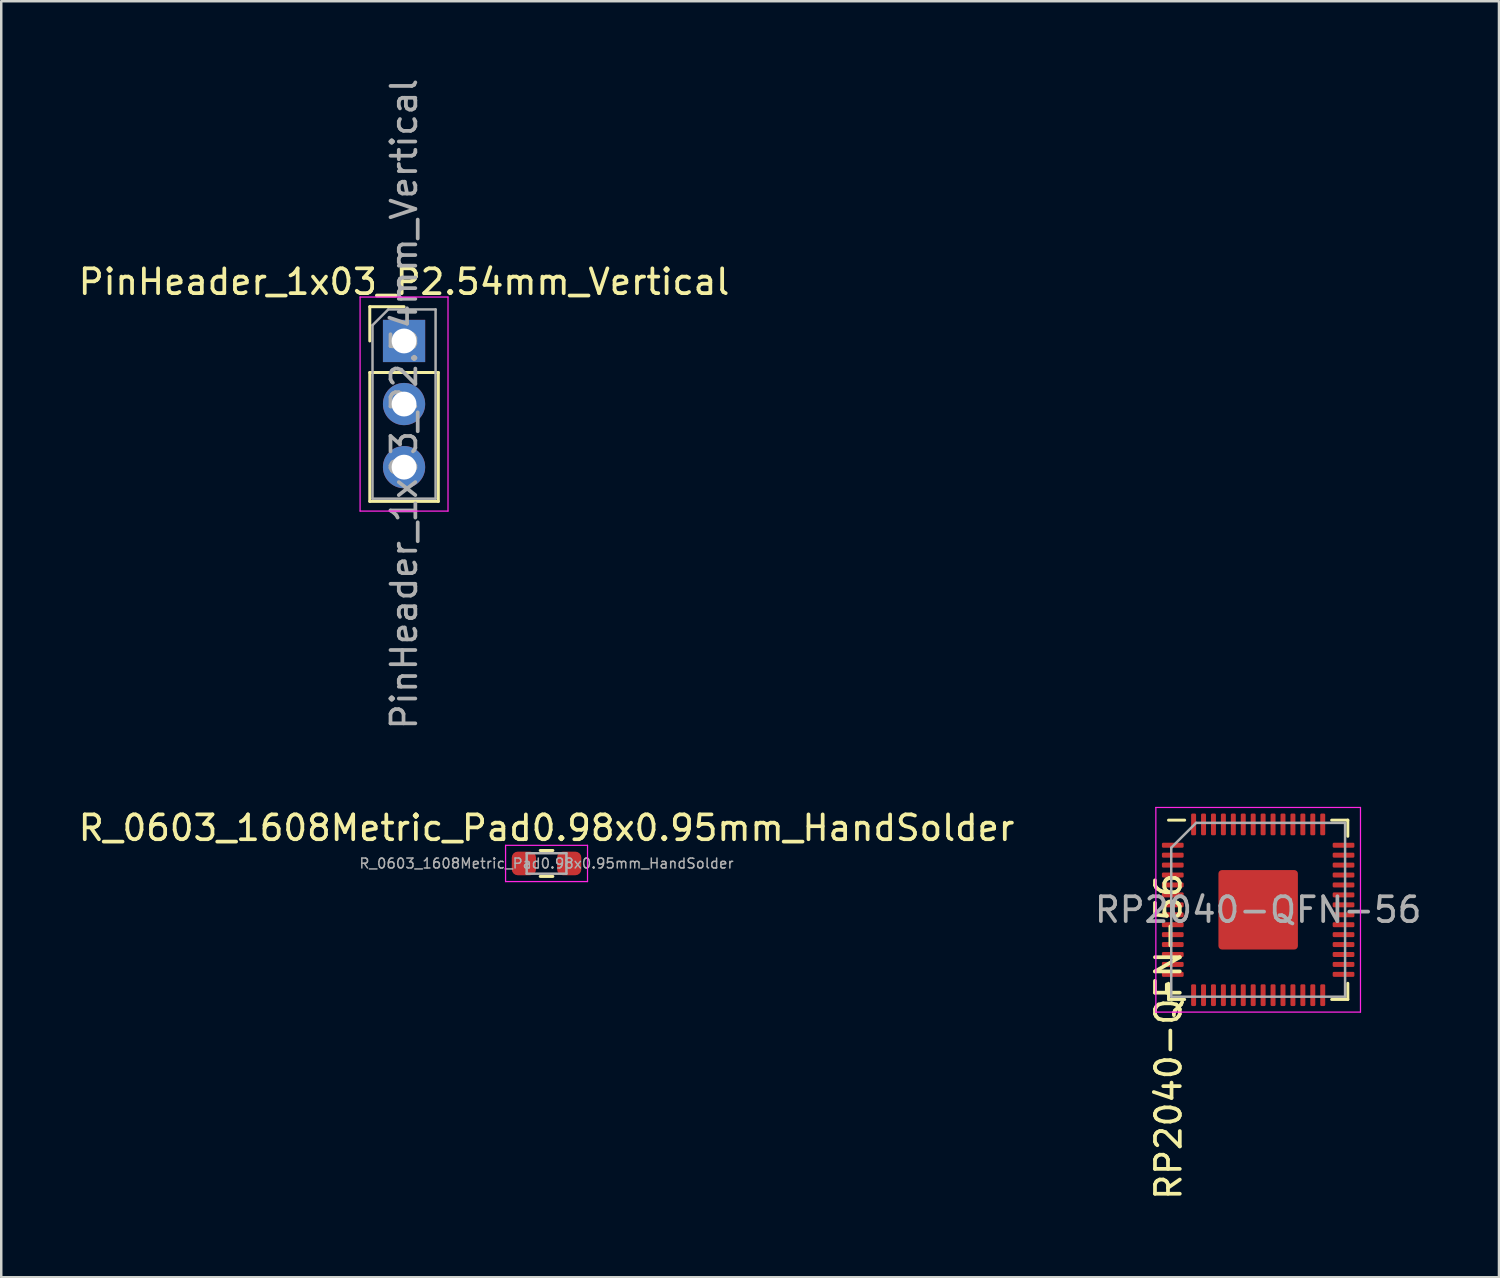
<source format=kicad_pcb>
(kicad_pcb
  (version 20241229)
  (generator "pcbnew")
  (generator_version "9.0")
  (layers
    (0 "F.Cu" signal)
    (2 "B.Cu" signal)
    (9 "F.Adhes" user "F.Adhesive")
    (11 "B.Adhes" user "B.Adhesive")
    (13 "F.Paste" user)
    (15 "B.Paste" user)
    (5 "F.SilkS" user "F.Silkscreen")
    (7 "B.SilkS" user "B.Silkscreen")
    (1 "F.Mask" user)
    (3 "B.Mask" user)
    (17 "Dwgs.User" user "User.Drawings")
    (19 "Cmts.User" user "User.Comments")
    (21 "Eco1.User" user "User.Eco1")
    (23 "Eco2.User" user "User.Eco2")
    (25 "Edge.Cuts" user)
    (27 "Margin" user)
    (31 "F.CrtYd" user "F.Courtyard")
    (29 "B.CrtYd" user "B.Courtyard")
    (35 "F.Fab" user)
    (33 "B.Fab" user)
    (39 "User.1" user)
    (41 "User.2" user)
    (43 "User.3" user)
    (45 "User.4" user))
  (footprint "RP2040-QFN-56"
    (layer "F.Cu")
    (at 47.613 33.585)
    (property "Reference" "RP2040-QFN-56" (at -3.61 5.1 270) (layer "F.SilkS") (effects (font (size 1 1) (thickness 0.15))))
    (attr smd)
    (fp_line (start -3.61 3.61) (end -3.61 2.96) (stroke (width 0.12) (type solid)) (layer "F.SilkS"))
    (fp_line (start -2.96 -3.61) (end -3.61 -3.61) (stroke (width 0.12) (type solid)) (layer "F.SilkS"))
    (fp_line (start -2.96 3.61) (end -3.61 3.61) (stroke (width 0.12) (type solid)) (layer "F.SilkS"))
    (fp_line (start 2.96 -3.61) (end 3.61 -3.61) (stroke (width 0.12) (type solid)) (layer "F.SilkS"))
    (fp_line (start 2.96 3.61) (end 3.61 3.61) (stroke (width 0.12) (type solid)) (layer "F.SilkS"))
    (fp_line (start 3.61 -3.61) (end 3.61 -2.96) (stroke (width 0.12) (type solid)) (layer "F.SilkS"))
    (fp_line (start 3.61 3.61) (end 3.61 2.96) (stroke (width 0.12) (type solid)) (layer "F.SilkS"))
    (fp_line (start -4.12 -4.12) (end -4.12 4.12) (stroke (width 0.05) (type solid)) (layer "F.CrtYd"))
    (fp_line (start -4.12 4.12) (end 4.12 4.12) (stroke (width 0.05) (type solid)) (layer "F.CrtYd"))
    (fp_line (start 4.12 -4.12) (end -4.12 -4.12) (stroke (width 0.05) (type solid)) (layer "F.CrtYd"))
    (fp_line (start 4.12 4.12) (end 4.12 -4.12) (stroke (width 0.05) (type solid)) (layer "F.CrtYd"))
    (fp_line (start -3.5 -2.5) (end -2.5 -3.5) (stroke (width 0.1) (type solid)) (layer "F.Fab"))
    (fp_line (start -3.5 3.5) (end -3.5 -2.5) (stroke (width 0.1) (type solid)) (layer "F.Fab"))
    (fp_line (start -2.5 -3.5) (end 3.5 -3.5) (stroke (width 0.1) (type solid)) (layer "F.Fab"))
    (fp_line (start 3.5 -3.5) (end 3.5 3.5) (stroke (width 0.1) (type solid)) (layer "F.Fab"))
    (fp_line (start 3.5 3.5) (end -3.5 3.5) (stroke (width 0.1) (type solid)) (layer "F.Fab"))
    (fp_text user "${REFERENCE}" (at 0 0 180) (layer "F.Fab") (effects (font (size 1 1) (thickness 0.15))))
    (pad "" smd roundrect (at -0.637 -0.637) (size 1.084 1.084) (layers "F.Paste") (roundrect_rratio 0.231))
    (pad "" smd roundrect (at -0.637 0.637) (size 1.084 1.084) (layers "F.Paste") (roundrect_rratio 0.231))
    (pad "" smd roundrect (at 0.637 -0.637) (size 1.084 1.084) (layers "F.Paste") (roundrect_rratio 0.231))
    (pad "" smd roundrect (at 0.637 0.637) (size 1.084 1.084) (layers "F.Paste") (roundrect_rratio 0.231))
    (pad "1" smd roundrect (at -3.438 -2.6) (size 0.875 0.2) (layers "F.Cu" "F.Mask" "F.Paste") (roundrect_rratio 0.25))
    (pad "2" smd roundrect (at -3.438 -2.2) (size 0.875 0.2) (layers "F.Cu" "F.Mask" "F.Paste") (roundrect_rratio 0.25))
    (pad "3" smd roundrect (at -3.438 -1.8) (size 0.875 0.2) (layers "F.Cu" "F.Mask" "F.Paste") (roundrect_rratio 0.25))
    (pad "4" smd roundrect (at -3.438 -1.4) (size 0.875 0.2) (layers "F.Cu" "F.Mask" "F.Paste") (roundrect_rratio 0.25))
    (pad "5" smd roundrect (at -3.438 -1) (size 0.875 0.2) (layers "F.Cu" "F.Mask" "F.Paste") (roundrect_rratio 0.25))
    (pad "6" smd roundrect (at -3.438 -0.6) (size 0.875 0.2) (layers "F.Cu" "F.Mask" "F.Paste") (roundrect_rratio 0.25))
    (pad "7" smd roundrect (at -3.438 -0.2) (size 0.875 0.2) (layers "F.Cu" "F.Mask" "F.Paste") (roundrect_rratio 0.25))
    (pad "8" smd roundrect (at -3.438 0.2) (size 0.875 0.2) (layers "F.Cu" "F.Mask" "F.Paste") (roundrect_rratio 0.25))
    (pad "9" smd roundrect (at -3.438 0.6) (size 0.875 0.2) (layers "F.Cu" "F.Mask" "F.Paste") (roundrect_rratio 0.25))
    (pad "10" smd roundrect (at -3.438 1) (size 0.875 0.2) (layers "F.Cu" "F.Mask" "F.Paste") (roundrect_rratio 0.25))
    (pad "11" smd roundrect (at -3.438 1.4) (size 0.875 0.2) (layers "F.Cu" "F.Mask" "F.Paste") (roundrect_rratio 0.25))
    (pad "12" smd roundrect (at -3.438 1.8) (size 0.875 0.2) (layers "F.Cu" "F.Mask" "F.Paste") (roundrect_rratio 0.25))
    (pad "13" smd roundrect (at -3.438 2.2) (size 0.875 0.2) (layers "F.Cu" "F.Mask" "F.Paste") (roundrect_rratio 0.25))
    (pad "14" smd roundrect (at -3.438 2.6) (size 0.875 0.2) (layers "F.Cu" "F.Mask" "F.Paste") (roundrect_rratio 0.25))
    (pad "15" smd roundrect (at -2.6 3.438) (size 0.2 0.875) (layers "F.Cu" "F.Mask" "F.Paste") (roundrect_rratio 0.25))
    (pad "16" smd roundrect (at -2.2 3.438) (size 0.2 0.875) (layers "F.Cu" "F.Mask" "F.Paste") (roundrect_rratio 0.25))
    (pad "17" smd roundrect (at -1.8 3.438) (size 0.2 0.875) (layers "F.Cu" "F.Mask" "F.Paste") (roundrect_rratio 0.25))
    (pad "18" smd roundrect (at -1.4 3.438) (size 0.2 0.875) (layers "F.Cu" "F.Mask" "F.Paste") (roundrect_rratio 0.25))
    (pad "19" smd roundrect (at -1 3.438) (size 0.2 0.875) (layers "F.Cu" "F.Mask" "F.Paste") (roundrect_rratio 0.25))
    (pad "20" smd roundrect (at -0.6 3.438) (size 0.2 0.875) (layers "F.Cu" "F.Mask" "F.Paste") (roundrect_rratio 0.25))
    (pad "21" smd roundrect (at -0.2 3.438) (size 0.2 0.875) (layers "F.Cu" "F.Mask" "F.Paste") (roundrect_rratio 0.25))
    (pad "22" smd roundrect (at 0.2 3.438) (size 0.2 0.875) (layers "F.Cu" "F.Mask" "F.Paste") (roundrect_rratio 0.25))
    (pad "23" smd roundrect (at 0.6 3.438) (size 0.2 0.875) (layers "F.Cu" "F.Mask" "F.Paste") (roundrect_rratio 0.25))
    (pad "24" smd roundrect (at 1 3.438) (size 0.2 0.875) (layers "F.Cu" "F.Mask" "F.Paste") (roundrect_rratio 0.25))
    (pad "25" smd roundrect (at 1.4 3.438) (size 0.2 0.875) (layers "F.Cu" "F.Mask" "F.Paste") (roundrect_rratio 0.25))
    (pad "26" smd roundrect (at 1.8 3.438) (size 0.2 0.875) (layers "F.Cu" "F.Mask" "F.Paste") (roundrect_rratio 0.25))
    (pad "27" smd roundrect (at 2.2 3.438) (size 0.2 0.875) (layers "F.Cu" "F.Mask" "F.Paste") (roundrect_rratio 0.25))
    (pad "28" smd roundrect (at 2.6 3.438) (size 0.2 0.875) (layers "F.Cu" "F.Mask" "F.Paste") (roundrect_rratio 0.25))
    (pad "29" smd roundrect (at 3.438 2.6) (size 0.875 0.2) (layers "F.Cu" "F.Mask" "F.Paste") (roundrect_rratio 0.25))
    (pad "30" smd roundrect (at 3.438 2.2) (size 0.875 0.2) (layers "F.Cu" "F.Mask" "F.Paste") (roundrect_rratio 0.25))
    (pad "31" smd roundrect (at 3.438 1.8) (size 0.875 0.2) (layers "F.Cu" "F.Mask" "F.Paste") (roundrect_rratio 0.25))
    (pad "32" smd roundrect (at 3.438 1.4) (size 0.875 0.2) (layers "F.Cu" "F.Mask" "F.Paste") (roundrect_rratio 0.25))
    (pad "33" smd roundrect (at 3.438 1) (size 0.875 0.2) (layers "F.Cu" "F.Mask" "F.Paste") (roundrect_rratio 0.25))
    (pad "34" smd roundrect (at 3.438 0.6) (size 0.875 0.2) (layers "F.Cu" "F.Mask" "F.Paste") (roundrect_rratio 0.25))
    (pad "35" smd roundrect (at 3.438 0.2) (size 0.875 0.2) (layers "F.Cu" "F.Mask" "F.Paste") (roundrect_rratio 0.25))
    (pad "36" smd roundrect (at 3.438 -0.2) (size 0.875 0.2) (layers "F.Cu" "F.Mask" "F.Paste") (roundrect_rratio 0.25))
    (pad "37" smd roundrect (at 3.438 -0.6) (size 0.875 0.2) (layers "F.Cu" "F.Mask" "F.Paste") (roundrect_rratio 0.25))
    (pad "38" smd roundrect (at 3.438 -1) (size 0.875 0.2) (layers "F.Cu" "F.Mask" "F.Paste") (roundrect_rratio 0.25))
    (pad "39" smd roundrect (at 3.438 -1.4) (size 0.875 0.2) (layers "F.Cu" "F.Mask" "F.Paste") (roundrect_rratio 0.25))
    (pad "40" smd roundrect (at 3.438 -1.8) (size 0.875 0.2) (layers "F.Cu" "F.Mask" "F.Paste") (roundrect_rratio 0.25))
    (pad "41" smd roundrect (at 3.438 -2.2) (size 0.875 0.2) (layers "F.Cu" "F.Mask" "F.Paste") (roundrect_rratio 0.25))
    (pad "42" smd roundrect (at 3.438 -2.6) (size 0.875 0.2) (layers "F.Cu" "F.Mask" "F.Paste") (roundrect_rratio 0.25))
    (pad "43" smd roundrect (at 2.6 -3.438) (size 0.2 0.875) (layers "F.Cu" "F.Mask" "F.Paste") (roundrect_rratio 0.25))
    (pad "44" smd roundrect (at 2.2 -3.438) (size 0.2 0.875) (layers "F.Cu" "F.Mask" "F.Paste") (roundrect_rratio 0.25))
    (pad "45" smd roundrect (at 1.8 -3.438) (size 0.2 0.875) (layers "F.Cu" "F.Mask" "F.Paste") (roundrect_rratio 0.25))
    (pad "46" smd roundrect (at 1.4 -3.438) (size 0.2 0.875) (layers "F.Cu" "F.Mask" "F.Paste") (roundrect_rratio 0.25))
    (pad "47" smd roundrect (at 1 -3.438) (size 0.2 0.875) (layers "F.Cu" "F.Mask" "F.Paste") (roundrect_rratio 0.25))
    (pad "48" smd roundrect (at 0.6 -3.438) (size 0.2 0.875) (layers "F.Cu" "F.Mask" "F.Paste") (roundrect_rratio 0.25))
    (pad "49" smd roundrect (at 0.2 -3.438) (size 0.2 0.875) (layers "F.Cu" "F.Mask" "F.Paste") (roundrect_rratio 0.25))
    (pad "50" smd roundrect (at -0.2 -3.438) (size 0.2 0.875) (layers "F.Cu" "F.Mask" "F.Paste") (roundrect_rratio 0.25))
    (pad "51" smd roundrect (at -0.6 -3.438) (size 0.2 0.875) (layers "F.Cu" "F.Mask" "F.Paste") (roundrect_rratio 0.25))
    (pad "52" smd roundrect (at -1 -3.438) (size 0.2 0.875) (layers "F.Cu" "F.Mask" "F.Paste") (roundrect_rratio 0.25))
    (pad "53" smd roundrect (at -1.4 -3.438) (size 0.2 0.875) (layers "F.Cu" "F.Mask" "F.Paste") (roundrect_rratio 0.25))
    (pad "54" smd roundrect (at -1.8 -3.438) (size 0.2 0.875) (layers "F.Cu" "F.Mask" "F.Paste") (roundrect_rratio 0.25))
    (pad "55" smd roundrect (at -2.2 -3.438) (size 0.2 0.875) (layers "F.Cu" "F.Mask" "F.Paste") (roundrect_rratio 0.25))
    (pad "56" smd roundrect (at -2.6 -3.438) (size 0.2 0.875) (layers "F.Cu" "F.Mask" "F.Paste") (roundrect_rratio 0.25))
    (pad "57" smd roundrect (at 0 0) (size 3.2 3.2) (layers "F.Cu" "F.Mask") (roundrect_rratio 0.045)))
  (footprint "PinHeader_1x03_P2.54mm_Vertical"
    (layer "F.Cu")
    (at 13.22 10.68)
    (property "Reference" "PinHeader_1x03_P2.54mm_Vertical" (at 0 -2.38 0) (layer "F.SilkS") (effects (font (size 1 1) (thickness 0.15))))
    (attr through_hole)
    (fp_line (start -1.38 -1.38) (end 0 -1.38) (stroke (width 0.12) (type solid)) (layer "F.SilkS"))
    (fp_line (start -1.38 0) (end -1.38 -1.38) (stroke (width 0.12) (type solid)) (layer "F.SilkS"))
    (fp_line (start -1.38 1.27) (end -1.38 6.46) (stroke (width 0.12) (type solid)) (layer "F.SilkS"))
    (fp_line (start -1.38 1.27) (end 1.38 1.27) (stroke (width 0.12) (type solid)) (layer "F.SilkS"))
    (fp_line (start -1.38 6.46) (end 1.38 6.46) (stroke (width 0.12) (type solid)) (layer "F.SilkS"))
    (fp_line (start 1.38 1.27) (end 1.38 6.46) (stroke (width 0.12) (type solid)) (layer "F.SilkS"))
    (fp_line (start -1.77 -1.77) (end -1.77 6.85) (stroke (width 0.05) (type solid)) (layer "F.CrtYd"))
    (fp_line (start -1.77 6.85) (end 1.77 6.85) (stroke (width 0.05) (type solid)) (layer "F.CrtYd"))
    (fp_line (start 1.77 -1.77) (end -1.77 -1.77) (stroke (width 0.05) (type solid)) (layer "F.CrtYd"))
    (fp_line (start 1.77 6.85) (end 1.77 -1.77) (stroke (width 0.05) (type solid)) (layer "F.CrtYd"))
    (fp_line (start -1.27 -0.635) (end -0.635 -1.27) (stroke (width 0.1) (type solid)) (layer "F.Fab"))
    (fp_line (start -1.27 6.35) (end -1.27 -0.635) (stroke (width 0.1) (type solid)) (layer "F.Fab"))
    (fp_line (start -0.635 -1.27) (end 1.27 -1.27) (stroke (width 0.1) (type solid)) (layer "F.Fab"))
    (fp_line (start 1.27 -1.27) (end 1.27 6.35) (stroke (width 0.1) (type solid)) (layer "F.Fab"))
    (fp_line (start 1.27 6.35) (end -1.27 6.35) (stroke (width 0.1) (type solid)) (layer "F.Fab"))
    (fp_text user "${REFERENCE}" (at 0 2.54 90) (layer "F.Fab") (effects (font (size 1 1) (thickness 0.15))))
    (pad "1" thru_hole rect (at 0 0) (size 1.7 1.7) (drill 1) (layers "*.Cu" "*.Mask"))
    (pad "2" thru_hole circle (at 0 2.54) (size 1.7 1.7) (drill 1) (layers "*.Cu" "*.Mask"))
    (pad "3" thru_hole circle (at 0 5.08) (size 1.7 1.7) (drill 1) (layers "*.Cu" "*.Mask")))
  (footprint "R_0603_1608Metric_Pad0.98x0.95mm_HandSolder"
    (layer "F.Cu")
    (at 18.958 31.719)
    (property "Reference" "R_0603_1608Metric_Pad0.98x0.95mm_HandSolder" (at 0 -1.43 0) (layer "F.SilkS") (effects (font (size 1 1) (thickness 0.15))))
    (attr smd)
    (fp_line (start -0.255 -0.522) (end 0.255 -0.522) (stroke (width 0.12) (type solid)) (layer "F.SilkS"))
    (fp_line (start -0.255 0.522) (end 0.255 0.522) (stroke (width 0.12) (type solid)) (layer "F.SilkS"))
    (fp_line (start -1.65 -0.73) (end 1.65 -0.73) (stroke (width 0.05) (type solid)) (layer "F.CrtYd"))
    (fp_line (start -1.65 0.73) (end -1.65 -0.73) (stroke (width 0.05) (type solid)) (layer "F.CrtYd"))
    (fp_line (start 1.65 -0.73) (end 1.65 0.73) (stroke (width 0.05) (type solid)) (layer "F.CrtYd"))
    (fp_line (start 1.65 0.73) (end -1.65 0.73) (stroke (width 0.05) (type solid)) (layer "F.CrtYd"))
    (fp_line (start -0.8 -0.412) (end 0.8 -0.412) (stroke (width 0.1) (type solid)) (layer "F.Fab"))
    (fp_line (start -0.8 0.412) (end -0.8 -0.412) (stroke (width 0.1) (type solid)) (layer "F.Fab"))
    (fp_line (start 0.8 -0.412) (end 0.8 0.412) (stroke (width 0.1) (type solid)) (layer "F.Fab"))
    (fp_line (start 0.8 0.412) (end -0.8 0.412) (stroke (width 0.1) (type solid)) (layer "F.Fab"))
    (fp_text user "${REFERENCE}" (at 0 0 0) (layer "F.Fab") (effects (font (size 0.4 0.4) (thickness 0.06))))
    (pad "1" smd roundrect (at -0.912 0) (size 0.975 0.95) (layers "F.Cu" "F.Mask" "F.Paste") (roundrect_rratio 0.25))
    (pad "2" smd roundrect (at 0.912 0) (size 0.975 0.95) (layers "F.Cu" "F.Mask" "F.Paste") (roundrect_rratio 0.25)))
  (gr_rect
    (start -3 -3)
    (end 57.31 48.382)
    (stroke (width 0.1) (type default))
    (fill no)
    (layer "Edge.Cuts")))
</source>
